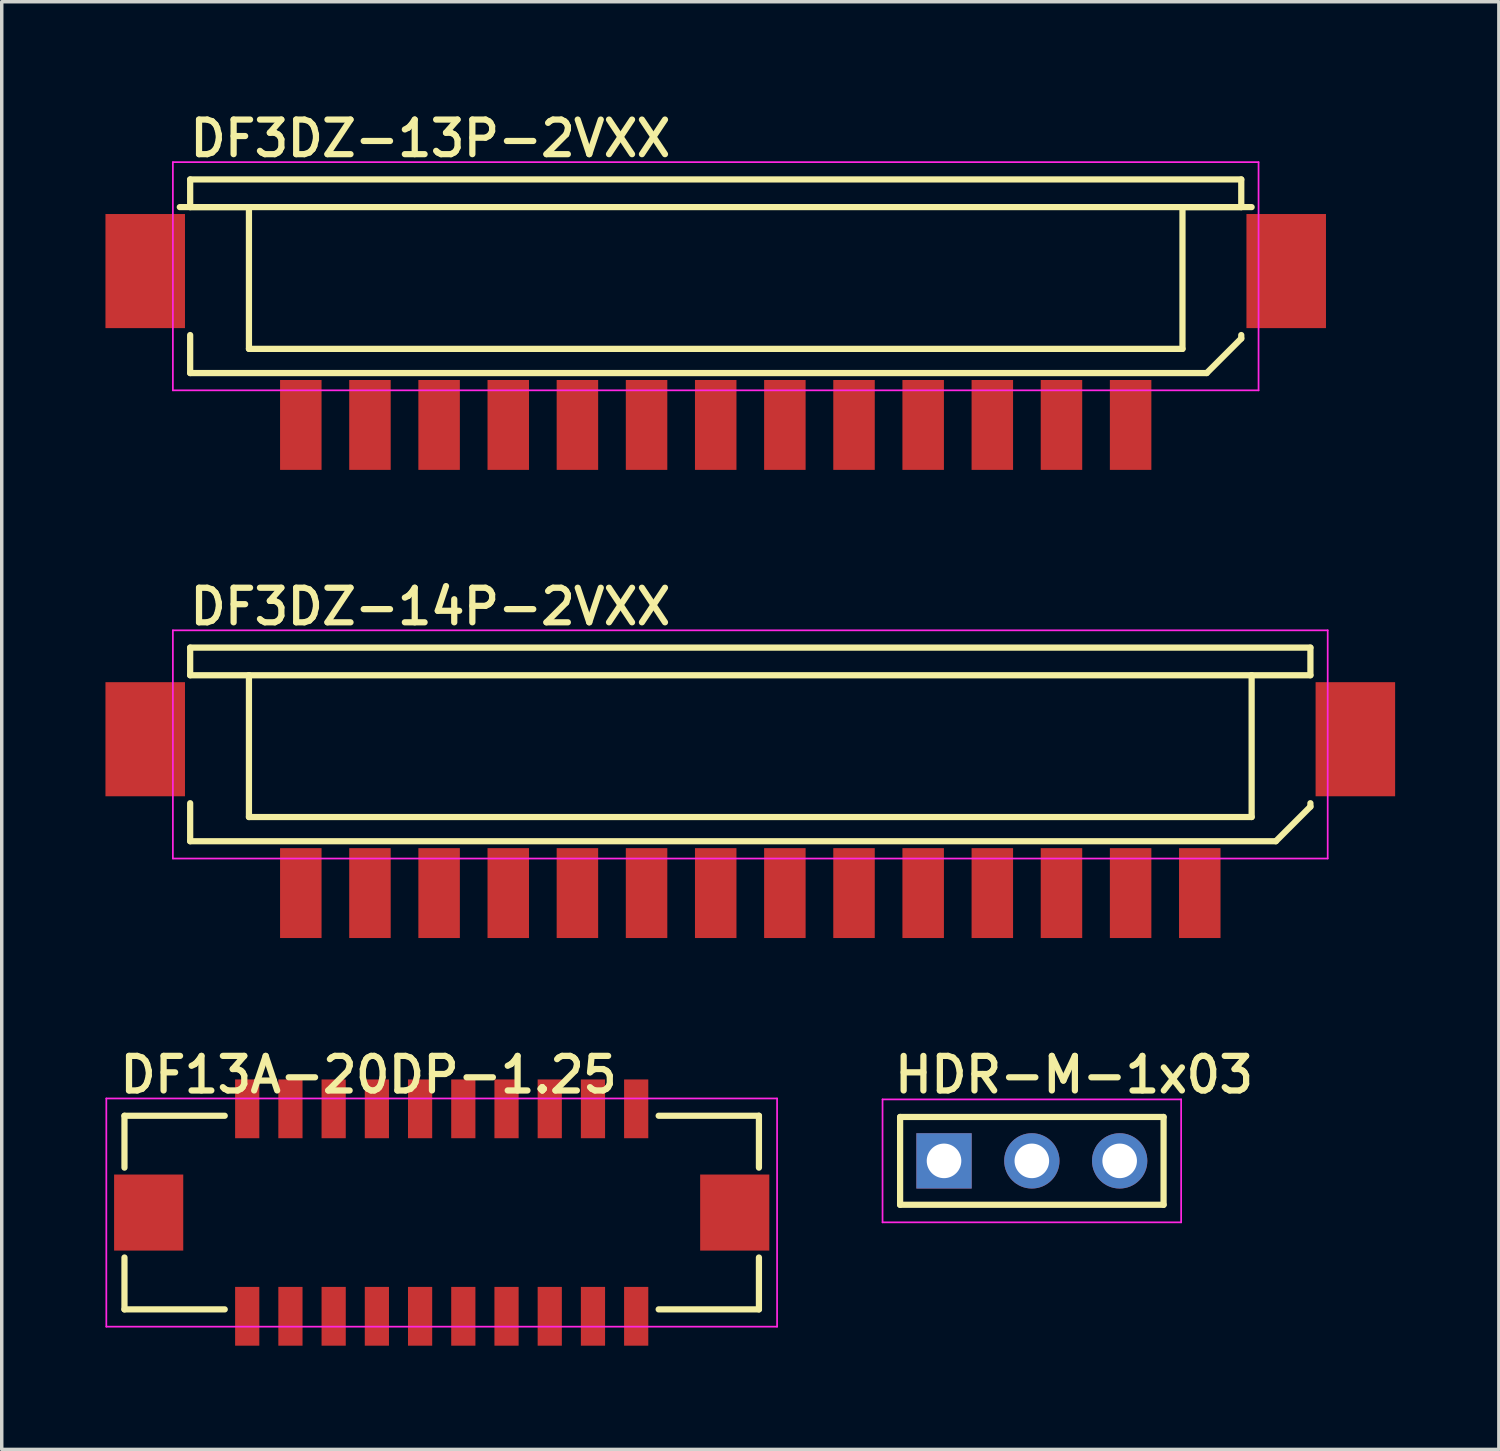
<source format=kicad_pcb>
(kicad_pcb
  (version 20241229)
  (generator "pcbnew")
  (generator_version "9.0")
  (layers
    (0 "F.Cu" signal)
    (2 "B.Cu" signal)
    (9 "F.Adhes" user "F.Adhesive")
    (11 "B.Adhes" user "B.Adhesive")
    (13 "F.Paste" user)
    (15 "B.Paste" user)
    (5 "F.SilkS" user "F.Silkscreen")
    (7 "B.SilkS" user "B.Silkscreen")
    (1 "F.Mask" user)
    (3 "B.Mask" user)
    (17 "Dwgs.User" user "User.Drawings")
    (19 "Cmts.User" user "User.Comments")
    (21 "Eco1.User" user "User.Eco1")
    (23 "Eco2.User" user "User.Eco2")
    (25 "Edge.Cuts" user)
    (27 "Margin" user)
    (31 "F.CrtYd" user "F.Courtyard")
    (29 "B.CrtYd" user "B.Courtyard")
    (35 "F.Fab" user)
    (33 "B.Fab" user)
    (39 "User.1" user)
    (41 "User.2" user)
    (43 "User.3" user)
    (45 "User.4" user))
  (footprint "DF3DZ-14P-2VXX"
    (layer "F.Cu")
    (at 18.65 22.78)
    (property "Reference" "DF3DZ-14P-2VXX" (at -16.3 -7.7 0) (layer "F.SilkS") (effects (font (size 1 1) (thickness 0.18)) (justify left bottom)))
    (attr through_hole)
    (fp_line (start -16.2 -7.1) (end -16.2 -6.3) (stroke (width 0.18) (type solid)) (layer "F.SilkS"))
    (fp_line (start -16.2 -7.1) (end 16.2 -7.1) (stroke (width 0.18) (type solid)) (layer "F.SilkS"))
    (fp_line (start -16.2 -1.5) (end -16.2 -2.6) (stroke (width 0.18) (type solid)) (layer "F.SilkS"))
    (fp_line (start -16.2 -1.5) (end 15.2 -1.5) (stroke (width 0.18) (type solid)) (layer "F.SilkS"))
    (fp_line (start -14.5 -6.3) (end -16.2 -6.3) (stroke (width 0.18) (type solid)) (layer "F.SilkS"))
    (fp_line (start -14.5 -6.3) (end -14.5 -2.2) (stroke (width 0.18) (type solid)) (layer "F.SilkS"))
    (fp_line (start -14.5 -6.3) (end 14.5 -6.3) (stroke (width 0.18) (type solid)) (layer "F.SilkS"))
    (fp_line (start -14.5 -2.2) (end 14.5 -2.2) (stroke (width 0.18) (type solid)) (layer "F.SilkS"))
    (fp_line (start 14.5 -6.3) (end 16.2 -6.3) (stroke (width 0.18) (type solid)) (layer "F.SilkS"))
    (fp_line (start 14.5 -2.2) (end 14.5 -6.3) (stroke (width 0.18) (type solid)) (layer "F.SilkS"))
    (fp_line (start 15.2 -1.5) (end 16.2 -2.5) (stroke (width 0.18) (type solid)) (layer "F.SilkS"))
    (fp_line (start 16.2 -7.1) (end 16.2 -6.3) (stroke (width 0.18) (type solid)) (layer "F.SilkS"))
    (fp_line (start 16.2 -2.5) (end 16.2 -2.6) (stroke (width 0.18) (type solid)) (layer "F.SilkS"))
    (fp_line (start -16.7 -7.6) (end 16.7 -7.6) (stroke (width 0.05) (type solid)) (layer "F.CrtYd"))
    (fp_line (start -16.7 -1) (end -16.7 -7.6) (stroke (width 0.05) (type solid)) (layer "F.CrtYd"))
    (fp_line (start 16.7 -7.6) (end 16.7 -1) (stroke (width 0.05) (type solid)) (layer "F.CrtYd"))
    (fp_line (start 16.7 -1) (end -16.7 -1) (stroke (width 0.05) (type solid)) (layer "F.CrtYd"))
    (pad "1" smd rect (at 13 0) (size 1.2 2.6) (layers "F.Cu" "F.Mask" "F.Paste"))
    (pad "2" smd rect (at 11 0) (size 1.2 2.6) (layers "F.Cu" "F.Mask" "F.Paste"))
    (pad "3" smd rect (at 9 0 180) (size 1.2 2.6) (layers "F.Cu" "F.Mask" "F.Paste"))
    (pad "4" smd rect (at 7 0 180) (size 1.2 2.6) (layers "F.Cu" "F.Mask" "F.Paste"))
    (pad "5" smd rect (at 5 0 180) (size 1.2 2.6) (layers "F.Cu" "F.Mask" "F.Paste"))
    (pad "6" smd rect (at 3 0 180) (size 1.2 2.6) (layers "F.Cu" "F.Mask" "F.Paste"))
    (pad "7" smd rect (at 1 0 180) (size 1.2 2.6) (layers "F.Cu" "F.Mask" "F.Paste"))
    (pad "8" smd rect (at -1 0 180) (size 1.2 2.6) (layers "F.Cu" "F.Mask" "F.Paste"))
    (pad "9" smd rect (at -3 0 180) (size 1.2 2.6) (layers "F.Cu" "F.Mask" "F.Paste"))
    (pad "10" smd rect (at -5 0 180) (size 1.2 2.6) (layers "F.Cu" "F.Mask" "F.Paste"))
    (pad "11" smd rect (at -7 0 180) (size 1.2 2.6) (layers "F.Cu" "F.Mask" "F.Paste"))
    (pad "12" smd rect (at -9 0 180) (size 1.2 2.6) (layers "F.Cu" "F.Mask" "F.Paste"))
    (pad "13" smd rect (at -11 0 180) (size 1.2 2.6) (layers "F.Cu" "F.Mask" "F.Paste"))
    (pad "14" smd rect (at -13 0 180) (size 1.2 2.6) (layers "F.Cu" "F.Mask" "F.Paste"))
    (pad "TAB" smd rect (at -17.5 -4.45) (size 2.3 3.3) (layers "F.Cu" "F.Mask" "F.Paste"))
    (pad "TAB" smd rect (at 17.5 -4.45) (size 2.3 3.3) (layers "F.Cu" "F.Mask" "F.Paste")))
  (footprint "HDR-M-1x03"
    (layer "F.Cu")
    (at 26.793 30.525)
    (property "Reference" "HDR-M-1x03" (at -4.064 -1.905 0) (layer "F.SilkS") (effects (font (size 1 1) (thickness 0.18)) (justify left bottom)))
    (attr through_hole)
    (fp_line (start -3.81 -1.27) (end 3.81 -1.27) (stroke (width 0.18) (type solid)) (layer "F.SilkS"))
    (fp_line (start -3.81 1.27) (end -3.81 -1.27) (stroke (width 0.18) (type solid)) (layer "F.SilkS"))
    (fp_line (start 3.81 -1.27) (end 3.81 1.27) (stroke (width 0.18) (type solid)) (layer "F.SilkS"))
    (fp_line (start 3.81 1.27) (end -3.81 1.27) (stroke (width 0.18) (type solid)) (layer "F.SilkS"))
    (fp_line (start -4.318 -1.778) (end 4.318 -1.778) (stroke (width 0.05) (type solid)) (layer "F.CrtYd"))
    (fp_line (start -4.318 1.778) (end -4.318 -1.778) (stroke (width 0.05) (type solid)) (layer "F.CrtYd"))
    (fp_line (start 4.318 -1.778) (end 4.318 1.778) (stroke (width 0.05) (type solid)) (layer "F.CrtYd"))
    (fp_line (start 4.318 1.778) (end -4.318 1.778) (stroke (width 0.05) (type solid)) (layer "F.CrtYd"))
    (pad "1" thru_hole rect (at -2.54 0) (size 1.6 1.6) (drill 1) (layers "*.Cu" "*.Mask"))
    (pad "2" thru_hole circle (at 0 0) (size 1.6 1.6) (drill 1) (layers "*.Cu" "*.Mask"))
    (pad "3" thru_hole circle (at 2.54 0) (size 1.6 1.6) (drill 1) (layers "*.Cu" "*.Mask")))
  (footprint "DF13A-20DP-1.25"
    (layer "F.Cu")
    (at 9.725 32.02)
    (property "Reference" "DF13A-20DP-1.25" (at -9.4 -3.4 0) (layer "F.SilkS") (effects (font (size 1 1) (thickness 0.18)) (justify left bottom)))
    (attr through_hole)
    (fp_line (start -9.175 -2.8) (end -6.275 -2.8) (stroke (width 0.18) (type solid)) (layer "F.SilkS"))
    (fp_line (start -9.175 -1.3) (end -9.175 -2.8) (stroke (width 0.18) (type solid)) (layer "F.SilkS"))
    (fp_line (start -9.175 2.8) (end -9.175 1.3) (stroke (width 0.18) (type solid)) (layer "F.SilkS"))
    (fp_line (start -9.175 2.8) (end -6.275 2.8) (stroke (width 0.18) (type solid)) (layer "F.SilkS"))
    (fp_line (start 9.175 -2.8) (end 6.275 -2.8) (stroke (width 0.18) (type solid)) (layer "F.SilkS"))
    (fp_line (start 9.175 -2.8) (end 9.175 -1.3) (stroke (width 0.18) (type solid)) (layer "F.SilkS"))
    (fp_line (start 9.175 1.3) (end 9.175 2.8) (stroke (width 0.18) (type solid)) (layer "F.SilkS"))
    (fp_line (start 9.175 2.8) (end 6.275 2.8) (stroke (width 0.18) (type solid)) (layer "F.SilkS"))
    (fp_line (start -9.7 -3.3) (end 9.7 -3.3) (stroke (width 0.05) (type solid)) (layer "F.CrtYd"))
    (fp_line (start -9.7 3.3) (end -9.7 -3.3) (stroke (width 0.05) (type solid)) (layer "F.CrtYd"))
    (fp_line (start 9.7 -3.3) (end 9.7 3.3) (stroke (width 0.05) (type solid)) (layer "F.CrtYd"))
    (fp_line (start 9.7 3.3) (end -9.7 3.3) (stroke (width 0.05) (type solid)) (layer "F.CrtYd"))
    (pad "1" smd rect (at -5.625 -3) (size 0.7 1.7) (layers "F.Cu" "F.Mask" "F.Paste"))
    (pad "2" smd rect (at -5.625 3) (size 0.7 1.7) (layers "F.Cu" "F.Mask" "F.Paste"))
    (pad "3" smd rect (at -4.375 -3) (size 0.7 1.7) (layers "F.Cu" "F.Mask" "F.Paste"))
    (pad "4" smd rect (at -4.375 3) (size 0.7 1.7) (layers "F.Cu" "F.Mask" "F.Paste"))
    (pad "5" smd rect (at -3.125 -3) (size 0.7 1.7) (layers "F.Cu" "F.Mask" "F.Paste"))
    (pad "6" smd rect (at -3.125 3) (size 0.7 1.7) (layers "F.Cu" "F.Mask" "F.Paste"))
    (pad "7" smd rect (at -1.875 -3) (size 0.7 1.7) (layers "F.Cu" "F.Mask" "F.Paste"))
    (pad "8" smd rect (at -1.875 3) (size 0.7 1.7) (layers "F.Cu" "F.Mask" "F.Paste"))
    (pad "9" smd rect (at -0.625 -3) (size 0.7 1.7) (layers "F.Cu" "F.Mask" "F.Paste"))
    (pad "10" smd rect (at -0.625 3) (size 0.7 1.7) (layers "F.Cu" "F.Mask" "F.Paste"))
    (pad "11" smd rect (at 0.625 -3) (size 0.7 1.7) (layers "F.Cu" "F.Mask" "F.Paste"))
    (pad "12" smd rect (at 0.625 3) (size 0.7 1.7) (layers "F.Cu" "F.Mask" "F.Paste"))
    (pad "13" smd rect (at 1.875 -3) (size 0.7 1.7) (layers "F.Cu" "F.Mask" "F.Paste"))
    (pad "14" smd rect (at 1.875 3) (size 0.7 1.7) (layers "F.Cu" "F.Mask" "F.Paste"))
    (pad "15" smd rect (at 3.125 -3) (size 0.7 1.7) (layers "F.Cu" "F.Mask" "F.Paste"))
    (pad "16" smd rect (at 3.125 3) (size 0.7 1.7) (layers "F.Cu" "F.Mask" "F.Paste"))
    (pad "17" smd rect (at 4.375 -3) (size 0.7 1.7) (layers "F.Cu" "F.Mask" "F.Paste"))
    (pad "18" smd rect (at 4.375 3) (size 0.7 1.7) (layers "F.Cu" "F.Mask" "F.Paste"))
    (pad "19" smd rect (at 5.625 -3) (size 0.7 1.7) (layers "F.Cu" "F.Mask" "F.Paste"))
    (pad "20" smd rect (at 5.625 3) (size 0.7 1.7) (layers "F.Cu" "F.Mask" "F.Paste"))
    (pad "PAD" smd rect (at -8.475 0) (size 2 2.2) (layers "F.Cu" "F.Mask" "F.Paste"))
    (pad "PAD" smd rect (at 8.475 0) (size 2 2.2) (layers "F.Cu" "F.Mask" "F.Paste")))
  (footprint "DF3DZ-13P-2VXX"
    (layer "F.Cu")
    (at 17.65 9.24)
    (property "Reference" "DF3DZ-13P-2VXX" (at -15.3 -7.7 0) (layer "F.SilkS") (effects (font (size 1 1) (thickness 0.18)) (justify left bottom)))
    (attr through_hole)
    (fp_line (start -15.5 -6.3) (end 15.5 -6.3) (stroke (width 0.18) (type solid)) (layer "F.SilkS"))
    (fp_line (start -15.2 -7.1) (end -15.2 -6.3) (stroke (width 0.18) (type solid)) (layer "F.SilkS"))
    (fp_line (start -15.2 -7.1) (end 15.2 -7.1) (stroke (width 0.18) (type solid)) (layer "F.SilkS"))
    (fp_line (start -15.2 -1.5) (end -15.2 -2.6) (stroke (width 0.18) (type solid)) (layer "F.SilkS"))
    (fp_line (start -15.2 -1.5) (end 14.2 -1.5) (stroke (width 0.18) (type solid)) (layer "F.SilkS"))
    (fp_line (start -13.5 -6.3) (end -15.2 -6.3) (stroke (width 0.18) (type solid)) (layer "F.SilkS"))
    (fp_line (start -13.5 -6.3) (end -13.5 -2.2) (stroke (width 0.18) (type solid)) (layer "F.SilkS"))
    (fp_line (start -13.5 -2.2) (end 13.5 -2.2) (stroke (width 0.18) (type solid)) (layer "F.SilkS"))
    (fp_line (start 13.5 -6.3) (end 15.2 -6.3) (stroke (width 0.18) (type solid)) (layer "F.SilkS"))
    (fp_line (start 13.5 -2.2) (end 13.5 -6.3) (stroke (width 0.18) (type solid)) (layer "F.SilkS"))
    (fp_line (start 14.2 -1.5) (end 15.2 -2.5) (stroke (width 0.18) (type solid)) (layer "F.SilkS"))
    (fp_line (start 15.2 -7.1) (end 15.2 -6.3) (stroke (width 0.18) (type solid)) (layer "F.SilkS"))
    (fp_line (start 15.2 -2.5) (end 15.2 -2.6) (stroke (width 0.18) (type solid)) (layer "F.SilkS"))
    (fp_line (start -15.7 -7.6) (end 15.7 -7.6) (stroke (width 0.05) (type solid)) (layer "F.CrtYd"))
    (fp_line (start -15.7 -1) (end -15.7 -7.6) (stroke (width 0.05) (type solid)) (layer "F.CrtYd"))
    (fp_line (start 15.7 -7.6) (end 15.7 -1) (stroke (width 0.05) (type solid)) (layer "F.CrtYd"))
    (fp_line (start 15.7 -1) (end -15.7 -1) (stroke (width 0.05) (type solid)) (layer "F.CrtYd"))
    (pad "1" smd rect (at 12 0) (size 1.2 2.6) (layers "F.Cu" "F.Mask" "F.Paste"))
    (pad "2" smd rect (at 10 0) (size 1.2 2.6) (layers "F.Cu" "F.Mask" "F.Paste"))
    (pad "3" smd rect (at 8 0) (size 1.2 2.6) (layers "F.Cu" "F.Mask" "F.Paste"))
    (pad "4" smd rect (at 6 0) (size 1.2 2.6) (layers "F.Cu" "F.Mask" "F.Paste"))
    (pad "5" smd rect (at 4 0) (size 1.2 2.6) (layers "F.Cu" "F.Mask" "F.Paste"))
    (pad "6" smd rect (at 2 0) (size 1.2 2.6) (layers "F.Cu" "F.Mask" "F.Paste"))
    (pad "7" smd rect (at 0 0) (size 1.2 2.6) (layers "F.Cu" "F.Mask" "F.Paste"))
    (pad "8" smd rect (at -2 0) (size 1.2 2.6) (layers "F.Cu" "F.Mask" "F.Paste"))
    (pad "9" smd rect (at -4 0) (size 1.2 2.6) (layers "F.Cu" "F.Mask" "F.Paste"))
    (pad "10" smd rect (at -6 0) (size 1.2 2.6) (layers "F.Cu" "F.Mask" "F.Paste"))
    (pad "11" smd rect (at -8 0) (size 1.2 2.6) (layers "F.Cu" "F.Mask" "F.Paste"))
    (pad "12" smd rect (at -10 0) (size 1.2 2.6) (layers "F.Cu" "F.Mask" "F.Paste"))
    (pad "13" smd rect (at -12 0) (size 1.2 2.6) (layers "F.Cu" "F.Mask" "F.Paste"))
    (pad "TAB" smd rect (at -16.5 -4.45) (size 2.3 3.3) (layers "F.Cu" "F.Mask" "F.Paste"))
    (pad "TAB" smd rect (at 16.5 -4.45) (size 2.3 3.3) (layers "F.Cu" "F.Mask" "F.Paste")))
  (gr_rect
    (start -3 -3)
    (end 40.3 38.87)
    (stroke (width 0.1) (type default))
    (fill no)
    (layer "Edge.Cuts")))
</source>
